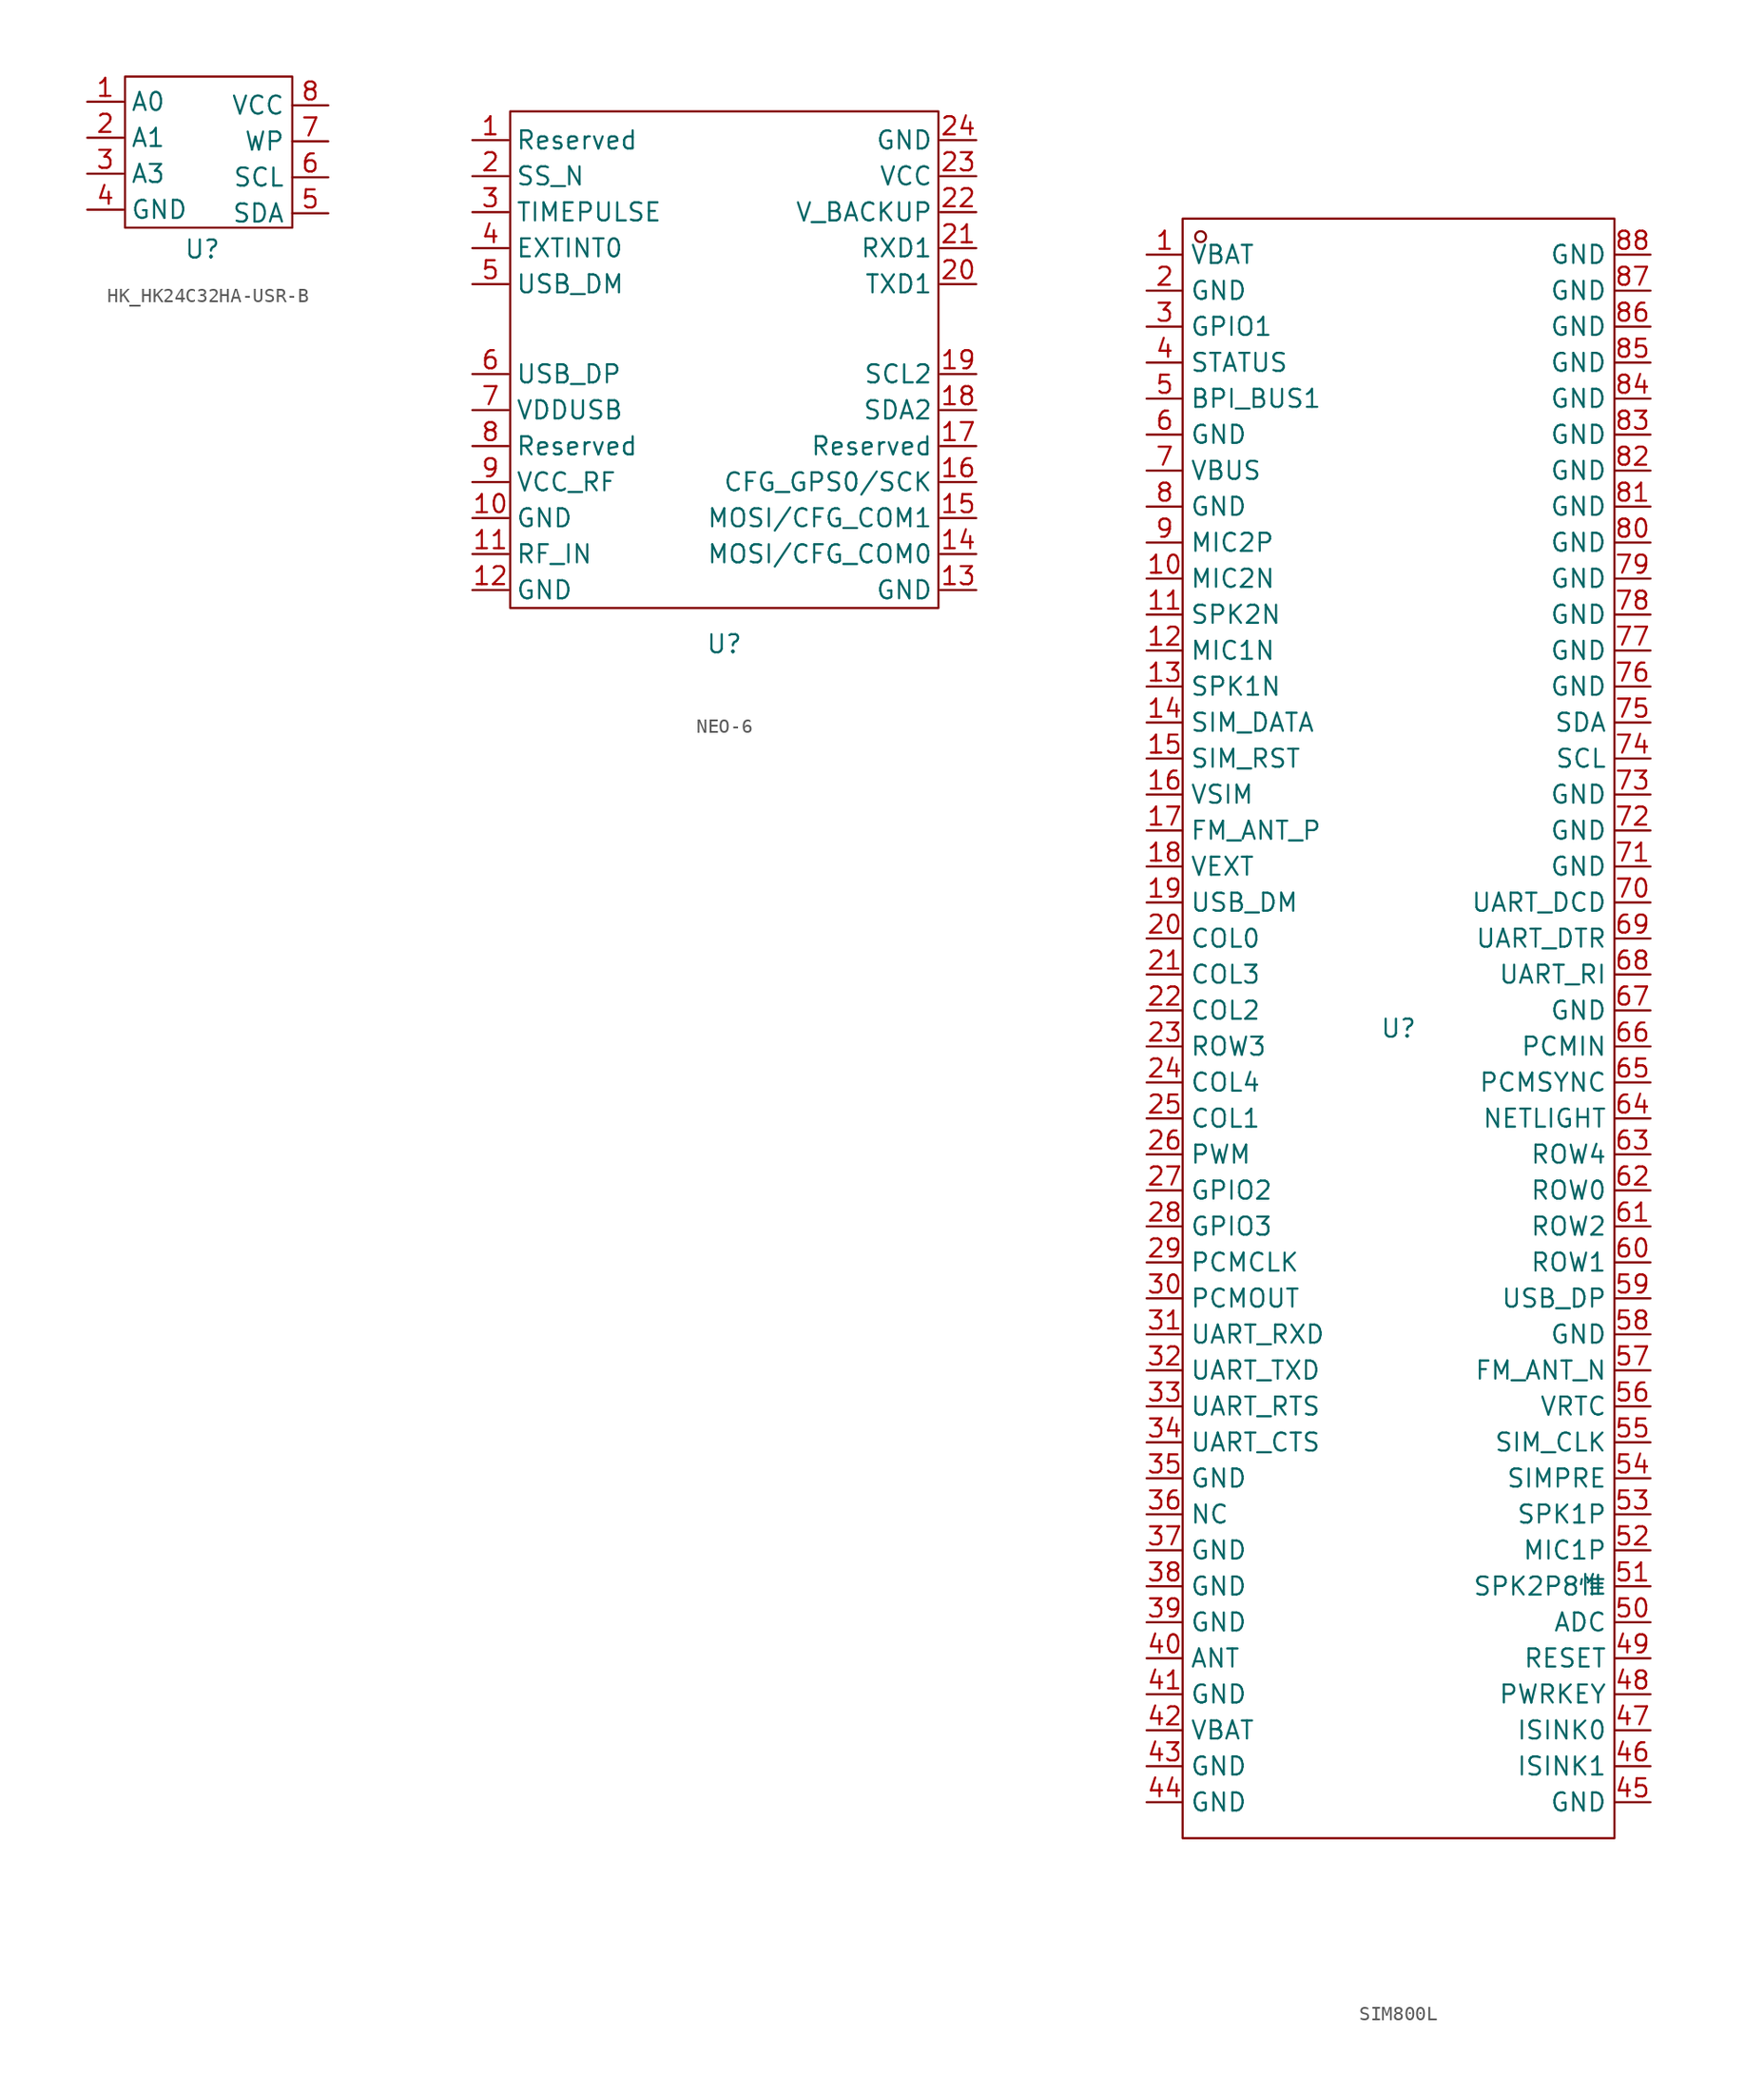
<source format=kicad_sym>
(kicad_symbol_lib
  (version 20241209)
  (generator "kicad_symbol_editor")
  (generator_version "9.0")
  (symbol "HK_HK24C32HA-USR-B"
    (property "Reference" "U"
      (at 0 0 0)
      (effects (font (size 1.27 1.27))))
    (property "Value" ""
      (at 0 0 0)
      (effects (font (size 1.27 1.27))))
    (symbol "HK_HK24C32HA-USR-B_0_1"
      (rectangle (start -5.461 12.192) (end 6.35 1.524) (stroke (width 0) (type default)) (fill (type none))))
    (symbol "HK_HK24C32HA-USR-B_1_0"
      (pin input line (at -8.128 7.874 0) (length 2.54) (name "A1" (effects (font (size 1.27 1.27)))) (number "2" (effects (font (size 1.27 1.27)))))
      (pin input line (at 8.89 5.08 180) (length 2.54) (name "SCL" (effects (font (size 1.27 1.27)))) (number "6" (effects (font (size 1.27 1.27))))))
    (symbol "HK_HK24C32HA-USR-B_1_1"
      (pin input line (at -8.128 10.414 0) (length 2.54) (name "A0" (effects (font (size 1.27 1.27)))) (number "1" (effects (font (size 1.27 1.27)))))
      (pin input line (at -8.128 5.334 0) (length 2.54) (name "A3" (effects (font (size 1.27 1.27)))) (number "3" (effects (font (size 1.27 1.27)))))
      (pin input line (at -8.128 2.794 0) (length 2.54) (name "GND" (effects (font (size 1.27 1.27)))) (number "4" (effects (font (size 1.27 1.27)))))
      (pin input line (at 8.89 10.16 180) (length 2.54) (name "VCC" (effects (font (size 1.27 1.27)))) (number "8" (effects (font (size 1.27 1.27)))))
      (pin input line (at 8.89 7.62 180) (length 2.54) (name "WP" (effects (font (size 1.27 1.27)))) (number "7" (effects (font (size 1.27 1.27)))))
      (pin input line (at 8.89 2.54 180) (length 2.54) (name "SDA" (effects (font (size 1.27 1.27)))) (number "5" (effects (font (size 1.27 1.27)))))))
  (symbol "NEO-6"
    (property "Reference" "U"
      (at 0 0 0)
      (effects (font (size 1.27 1.27))))
    (property "Value" ""
      (at 0 0 0)
      (effects (font (size 1.27 1.27))))
    (symbol "NEO-6_0_1"
      (rectangle (start -15.113 37.592) (end 15.113 2.54) (stroke (width 0) (type default)) (fill (type none))))
    (symbol "NEO-6_1_1"
      (pin input line (at -17.78 35.56 0) (length 2.54) (name "Reserved" (effects (font (size 1.27 1.27)))) (number "1" (effects (font (size 1.27 1.27)))))
      (pin input line (at -17.78 33.02 0) (length 2.54) (name "SS_N" (effects (font (size 1.27 1.27)))) (number "2" (effects (font (size 1.27 1.27)))))
      (pin input line (at -17.78 30.48 0) (length 2.54) (name "TIMEPULSE" (effects (font (size 1.27 1.27)))) (number "3" (effects (font (size 1.27 1.27)))))
      (pin input line (at -17.78 27.94 0) (length 2.54) (name "EXTINT0" (effects (font (size 1.27 1.27)))) (number "4" (effects (font (size 1.27 1.27)))))
      (pin input line (at -17.78 25.4 0) (length 2.54) (name "USB_DM" (effects (font (size 1.27 1.27)))) (number "5" (effects (font (size 1.27 1.27)))))
      (pin input line (at -17.78 19.05 0) (length 2.54) (name "USB_DP" (effects (font (size 1.27 1.27)))) (number "6" (effects (font (size 1.27 1.27)))))
      (pin input line (at -17.78 16.51 0) (length 2.54) (name "VDDUSB" (effects (font (size 1.27 1.27)))) (number "7" (effects (font (size 1.27 1.27)))))
      (pin input line (at -17.78 13.97 0) (length 2.54) (name "Reserved" (effects (font (size 1.27 1.27)))) (number "8" (effects (font (size 1.27 1.27)))))
      (pin input line (at -17.78 11.43 0) (length 2.54) (name "VCC_RF" (effects (font (size 1.27 1.27)))) (number "9" (effects (font (size 1.27 1.27)))))
      (pin input line (at -17.78 8.89 0) (length 2.54) (name "GND" (effects (font (size 1.27 1.27)))) (number "10" (effects (font (size 1.27 1.27)))))
      (pin input line (at -17.78 6.35 0) (length 2.54) (name "RF_IN" (effects (font (size 1.27 1.27)))) (number "11" (effects (font (size 1.27 1.27)))))
      (pin input line (at -17.78 3.81 0) (length 2.54) (name "GND" (effects (font (size 1.27 1.27)))) (number "12" (effects (font (size 1.27 1.27)))))
      (pin input line (at 17.78 35.56 180) (length 2.54) (name "GND" (effects (font (size 1.27 1.27)))) (number "24" (effects (font (size 1.27 1.27)))))
      (pin input line (at 17.78 33.02 180) (length 2.54) (name "VCC" (effects (font (size 1.27 1.27)))) (number "23" (effects (font (size 1.27 1.27)))))
      (pin input line (at 17.78 30.48 180) (length 2.54) (name "V_BACKUP" (effects (font (size 1.27 1.27)))) (number "22" (effects (font (size 1.27 1.27)))))
      (pin input line (at 17.78 27.94 180) (length 2.54) (name "RXD1" (effects (font (size 1.27 1.27)))) (number "21" (effects (font (size 1.27 1.27)))))
      (pin input line (at 17.78 25.4 180) (length 2.54) (name "TXD1" (effects (font (size 1.27 1.27)))) (number "20" (effects (font (size 1.27 1.27)))))
      (pin input line (at 17.78 19.05 180) (length 2.54) (name "SCL2" (effects (font (size 1.27 1.27)))) (number "19" (effects (font (size 1.27 1.27)))))
      (pin input line (at 17.78 16.51 180) (length 2.54) (name "SDA2" (effects (font (size 1.27 1.27)))) (number "18" (effects (font (size 1.27 1.27)))))
      (pin input line (at 17.78 13.97 180) (length 2.54) (name "Reserved" (effects (font (size 1.27 1.27)))) (number "17" (effects (font (size 1.27 1.27)))))
      (pin input line (at 17.78 11.43 180) (length 2.54) (name "CFG_GPS0/SCK" (effects (font (size 1.27 1.27)))) (number "16" (effects (font (size 1.27 1.27)))))
      (pin input line (at 17.78 8.89 180) (length 2.54) (name "MOSI/CFG_COM1" (effects (font (size 1.27 1.27)))) (number "15" (effects (font (size 1.27 1.27)))))
      (pin input line (at 17.78 6.35 180) (length 2.54) (name "MOSI/CFG_COM0" (effects (font (size 1.27 1.27)))) (number "14" (effects (font (size 1.27 1.27)))))
      (pin input line (at 17.78 3.81 180) (length 2.54) (name "GND" (effects (font (size 1.27 1.27)))) (number "13" (effects (font (size 1.27 1.27)))))))
  (symbol "SIM800L"
    (property "Reference" "U"
      (at 0 0 0)
      (effects (font (size 1.27 1.27))))
    (property "Value" ""
      (at 0 0 0)
      (effects (font (size 1.27 1.27))))
    (symbol "SIM800L_1_0"
      (rectangle (start -15.24 -57.15) (end 15.24 57.15) (stroke (width 0) (type default)) (fill (type none)))
      (circle (center -13.97 55.88) (radius 0.381) (stroke (width 0) (type default)) (fill (type none)))
      (pin input line (at -17.78 54.61 0) (length 2.54) (name "VBAT" (effects (font (size 1.27 1.27)))) (number "1" (effects (font (size 1.27 1.27)))))
      (pin input line (at -17.78 52.07 0) (length 2.54) (name "GND" (effects (font (size 1.27 1.27)))) (number "2" (effects (font (size 1.27 1.27)))))
      (pin input line (at -17.78 49.53 0) (length 2.54) (name "GPIO1" (effects (font (size 1.27 1.27)))) (number "3" (effects (font (size 1.27 1.27)))))
      (pin input line (at -17.78 46.99 0) (length 2.54) (name "STATUS" (effects (font (size 1.27 1.27)))) (number "4" (effects (font (size 1.27 1.27)))))
      (pin input line (at -17.78 44.45 0) (length 2.54) (name "BPI_BUS1" (effects (font (size 1.27 1.27)))) (number "5" (effects (font (size 1.27 1.27)))))
      (pin input line (at -17.78 41.91 0) (length 2.54) (name "GND" (effects (font (size 1.27 1.27)))) (number "6" (effects (font (size 1.27 1.27)))))
      (pin input line (at -17.78 39.37 0) (length 2.54) (name "VBUS" (effects (font (size 1.27 1.27)))) (number "7" (effects (font (size 1.27 1.27)))))
      (pin input line (at -17.78 36.83 0) (length 2.54) (name "GND" (effects (font (size 1.27 1.27)))) (number "8" (effects (font (size 1.27 1.27)))))
      (pin input line (at -17.78 34.29 0) (length 2.54) (name "MIC2P" (effects (font (size 1.27 1.27)))) (number "9" (effects (font (size 1.27 1.27)))))
      (pin input line (at -17.78 31.75 0) (length 2.54) (name "MIC2N" (effects (font (size 1.27 1.27)))) (number "10" (effects (font (size 1.27 1.27)))))
      (pin input line (at -17.78 29.21 0) (length 2.54) (name "SPK2N" (effects (font (size 1.27 1.27)))) (number "11" (effects (font (size 1.27 1.27)))))
      (pin input line (at -17.78 26.67 0) (length 2.54) (name "MIC1N" (effects (font (size 1.27 1.27)))) (number "12" (effects (font (size 1.27 1.27)))))
      (pin input line (at -17.78 24.13 0) (length 2.54) (name "SPK1N" (effects (font (size 1.27 1.27)))) (number "13" (effects (font (size 1.27 1.27)))))
      (pin input line (at -17.78 21.59 0) (length 2.54) (name "SIM_DATA" (effects (font (size 1.27 1.27)))) (number "14" (effects (font (size 1.27 1.27)))))
      (pin input line (at -17.78 19.05 0) (length 2.54) (name "SIM_RST" (effects (font (size 1.27 1.27)))) (number "15" (effects (font (size 1.27 1.27)))))
      (pin input line (at -17.78 16.51 0) (length 2.54) (name "VSIM" (effects (font (size 1.27 1.27)))) (number "16" (effects (font (size 1.27 1.27)))))
      (pin input line (at -17.78 13.97 0) (length 2.54) (name "FM_ANT_P" (effects (font (size 1.27 1.27)))) (number "17" (effects (font (size 1.27 1.27)))))
      (pin input line (at -17.78 11.43 0) (length 2.54) (name "VEXT" (effects (font (size 1.27 1.27)))) (number "18" (effects (font (size 1.27 1.27)))))
      (pin input line (at -17.78 8.89 0) (length 2.54) (name "USB_DM" (effects (font (size 1.27 1.27)))) (number "19" (effects (font (size 1.27 1.27)))))
      (pin input line (at -17.78 6.35 0) (length 2.54) (name "COL0" (effects (font (size 1.27 1.27)))) (number "20" (effects (font (size 1.27 1.27)))))
      (pin input line (at -17.78 3.81 0) (length 2.54) (name "COL3" (effects (font (size 1.27 1.27)))) (number "21" (effects (font (size 1.27 1.27)))))
      (pin input line (at -17.78 1.27 0) (length 2.54) (name "COL2" (effects (font (size 1.27 1.27)))) (number "22" (effects (font (size 1.27 1.27)))))
      (pin input line (at -17.78 -1.27 0) (length 2.54) (name "ROW3" (effects (font (size 1.27 1.27)))) (number "23" (effects (font (size 1.27 1.27)))))
      (pin input line (at -17.78 -3.81 0) (length 2.54) (name "COL4" (effects (font (size 1.27 1.27)))) (number "24" (effects (font (size 1.27 1.27)))))
      (pin input line (at -17.78 -6.35 0) (length 2.54) (name "COL1" (effects (font (size 1.27 1.27)))) (number "25" (effects (font (size 1.27 1.27)))))
      (pin input line (at -17.78 -8.89 0) (length 2.54) (name "PWM" (effects (font (size 1.27 1.27)))) (number "26" (effects (font (size 1.27 1.27)))))
      (pin input line (at -17.78 -11.43 0) (length 2.54) (name "GPIO2" (effects (font (size 1.27 1.27)))) (number "27" (effects (font (size 1.27 1.27)))))
      (pin input line (at -17.78 -13.97 0) (length 2.54) (name "GPIO3" (effects (font (size 1.27 1.27)))) (number "28" (effects (font (size 1.27 1.27)))))
      (pin input line (at -17.78 -16.51 0) (length 2.54) (name "PCMCLK" (effects (font (size 1.27 1.27)))) (number "29" (effects (font (size 1.27 1.27)))))
      (pin input line (at -17.78 -19.05 0) (length 2.54) (name "PCMOUT" (effects (font (size 1.27 1.27)))) (number "30" (effects (font (size 1.27 1.27)))))
      (pin input line (at -17.78 -21.59 0) (length 2.54) (name "UART_RXD" (effects (font (size 1.27 1.27)))) (number "31" (effects (font (size 1.27 1.27)))))
      (pin input line (at -17.78 -24.13 0) (length 2.54) (name "UART_TXD" (effects (font (size 1.27 1.27)))) (number "32" (effects (font (size 1.27 1.27)))))
      (pin input line (at -17.78 -26.67 0) (length 2.54) (name "UART_RTS" (effects (font (size 1.27 1.27)))) (number "33" (effects (font (size 1.27 1.27)))))
      (pin input line (at -17.78 -29.21 0) (length 2.54) (name "UART_CTS" (effects (font (size 1.27 1.27)))) (number "34" (effects (font (size 1.27 1.27)))))
      (pin input line (at -17.78 -31.75 0) (length 2.54) (name "GND" (effects (font (size 1.27 1.27)))) (number "35" (effects (font (size 1.27 1.27)))))
      (pin input line (at -17.78 -34.29 0) (length 2.54) (name "NC" (effects (font (size 1.27 1.27)))) (number "36" (effects (font (size 1.27 1.27)))))
      (pin input line (at -17.78 -36.83 0) (length 2.54) (name "GND" (effects (font (size 1.27 1.27)))) (number "37" (effects (font (size 1.27 1.27)))))
      (pin input line (at -17.78 -39.37 0) (length 2.54) (name "GND" (effects (font (size 1.27 1.27)))) (number "38" (effects (font (size 1.27 1.27)))))
      (pin input line (at -17.78 -41.91 0) (length 2.54) (name "GND" (effects (font (size 1.27 1.27)))) (number "39" (effects (font (size 1.27 1.27)))))
      (pin input line (at -17.78 -44.45 0) (length 2.54) (name "ANT" (effects (font (size 1.27 1.27)))) (number "40" (effects (font (size 1.27 1.27)))))
      (pin input line (at -17.78 -46.99 0) (length 2.54) (name "GND" (effects (font (size 1.27 1.27)))) (number "41" (effects (font (size 1.27 1.27)))))
      (pin input line (at -17.78 -49.53 0) (length 2.54) (name "VBAT" (effects (font (size 1.27 1.27)))) (number "42" (effects (font (size 1.27 1.27)))))
      (pin input line (at -17.78 -52.07 0) (length 2.54) (name "GND" (effects (font (size 1.27 1.27)))) (number "43" (effects (font (size 1.27 1.27)))))
      (pin input line (at -17.78 -54.61 0) (length 2.54) (name "GND" (effects (font (size 1.27 1.27)))) (number "44" (effects (font (size 1.27 1.27)))))
      (pin input line (at 17.78 54.61 180) (length 2.54) (name "GND" (effects (font (size 1.27 1.27)))) (number "88" (effects (font (size 1.27 1.27)))))
      (pin input line (at 17.78 52.07 180) (length 2.54) (name "GND" (effects (font (size 1.27 1.27)))) (number "87" (effects (font (size 1.27 1.27)))))
      (pin input line (at 17.78 49.53 180) (length 2.54) (name "GND" (effects (font (size 1.27 1.27)))) (number "86" (effects (font (size 1.27 1.27)))))
      (pin input line (at 17.78 46.99 180) (length 2.54) (name "GND" (effects (font (size 1.27 1.27)))) (number "85" (effects (font (size 1.27 1.27)))))
      (pin input line (at 17.78 44.45 180) (length 2.54) (name "GND" (effects (font (size 1.27 1.27)))) (number "84" (effects (font (size 1.27 1.27)))))
      (pin input line (at 17.78 41.91 180) (length 2.54) (name "GND" (effects (font (size 1.27 1.27)))) (number "83" (effects (font (size 1.27 1.27)))))
      (pin input line (at 17.78 39.37 180) (length 2.54) (name "GND" (effects (font (size 1.27 1.27)))) (number "82" (effects (font (size 1.27 1.27)))))
      (pin input line (at 17.78 36.83 180) (length 2.54) (name "GND" (effects (font (size 1.27 1.27)))) (number "81" (effects (font (size 1.27 1.27)))))
      (pin input line (at 17.78 34.29 180) (length 2.54) (name "GND" (effects (font (size 1.27 1.27)))) (number "80" (effects (font (size 1.27 1.27)))))
      (pin input line (at 17.78 31.75 180) (length 2.54) (name "GND" (effects (font (size 1.27 1.27)))) (number "79" (effects (font (size 1.27 1.27)))))
      (pin input line (at 17.78 29.21 180) (length 2.54) (name "GND" (effects (font (size 1.27 1.27)))) (number "78" (effects (font (size 1.27 1.27)))))
      (pin input line (at 17.78 26.67 180) (length 2.54) (name "GND" (effects (font (size 1.27 1.27)))) (number "77" (effects (font (size 1.27 1.27)))))
      (pin input line (at 17.78 24.13 180) (length 2.54) (name "GND" (effects (font (size 1.27 1.27)))) (number "76" (effects (font (size 1.27 1.27)))))
      (pin input line (at 17.78 21.59 180) (length 2.54) (name "SDA" (effects (font (size 1.27 1.27)))) (number "75" (effects (font (size 1.27 1.27)))))
      (pin input line (at 17.78 19.05 180) (length 2.54) (name "SCL" (effects (font (size 1.27 1.27)))) (number "74" (effects (font (size 1.27 1.27)))))
      (pin input line (at 17.78 16.51 180) (length 2.54) (name "GND" (effects (font (size 1.27 1.27)))) (number "73" (effects (font (size 1.27 1.27)))))
      (pin input line (at 17.78 13.97 180) (length 2.54) (name "GND" (effects (font (size 1.27 1.27)))) (number "72" (effects (font (size 1.27 1.27)))))
      (pin input line (at 17.78 11.43 180) (length 2.54) (name "GND" (effects (font (size 1.27 1.27)))) (number "71" (effects (font (size 1.27 1.27)))))
      (pin input line (at 17.78 8.89 180) (length 2.54) (name "UART_DCD" (effects (font (size 1.27 1.27)))) (number "70" (effects (font (size 1.27 1.27)))))
      (pin input line (at 17.78 6.35 180) (length 2.54) (name "UART_DTR" (effects (font (size 1.27 1.27)))) (number "69" (effects (font (size 1.27 1.27)))))
      (pin input line (at 17.78 3.81 180) (length 2.54) (name "UART_RI" (effects (font (size 1.27 1.27)))) (number "68" (effects (font (size 1.27 1.27)))))
      (pin input line (at 17.78 1.27 180) (length 2.54) (name "GND" (effects (font (size 1.27 1.27)))) (number "67" (effects (font (size 1.27 1.27)))))
      (pin input line (at 17.78 -1.27 180) (length 2.54) (name "PCMIN" (effects (font (size 1.27 1.27)))) (number "66" (effects (font (size 1.27 1.27)))))
      (pin input line (at 17.78 -3.81 180) (length 2.54) (name "PCMSYNC" (effects (font (size 1.27 1.27)))) (number "65" (effects (font (size 1.27 1.27)))))
      (pin input line (at 17.78 -6.35 180) (length 2.54) (name "NETLIGHT" (effects (font (size 1.27 1.27)))) (number "64" (effects (font (size 1.27 1.27)))))
      (pin input line (at 17.78 -8.89 180) (length 2.54) (name "ROW4" (effects (font (size 1.27 1.27)))) (number "63" (effects (font (size 1.27 1.27)))))
      (pin input line (at 17.78 -11.43 180) (length 2.54) (name "ROW0" (effects (font (size 1.27 1.27)))) (number "62" (effects (font (size 1.27 1.27)))))
      (pin input line (at 17.78 -13.97 180) (length 2.54) (name "ROW2" (effects (font (size 1.27 1.27)))) (number "61" (effects (font (size 1.27 1.27)))))
      (pin input line (at 17.78 -16.51 180) (length 2.54) (name "ROW1" (effects (font (size 1.27 1.27)))) (number "60" (effects (font (size 1.27 1.27)))))
      (pin input line (at 17.78 -19.05 180) (length 2.54) (name "USB_DP" (effects (font (size 1.27 1.27)))) (number "59" (effects (font (size 1.27 1.27)))))
      (pin input line (at 17.78 -21.59 180) (length 2.54) (name "GND" (effects (font (size 1.27 1.27)))) (number "58" (effects (font (size 1.27 1.27)))))
      (pin input line (at 17.78 -24.13 180) (length 2.54) (name "FM_ANT_N" (effects (font (size 1.27 1.27)))) (number "57" (effects (font (size 1.27 1.27)))))
      (pin input line (at 17.78 -26.67 180) (length 2.54) (name "VRTC" (effects (font (size 1.27 1.27)))) (number "56" (effects (font (size 1.27 1.27)))))
      (pin input line (at 17.78 -29.21 180) (length 2.54) (name "SIM_CLK" (effects (font (size 1.27 1.27)))) (number "55" (effects (font (size 1.27 1.27)))))
      (pin input line (at 17.78 -31.75 180) (length 2.54) (name "SIMPRE" (effects (font (size 1.27 1.27)))) (number "54" (effects (font (size 1.27 1.27)))))
      (pin input line (at 17.78 -34.29 180) (length 2.54) (name "SPK1P" (effects (font (size 1.27 1.27)))) (number "53" (effects (font (size 1.27 1.27)))))
      (pin input line (at 17.78 -36.83 180) (length 2.54) (name "MIC1P" (effects (font (size 1.27 1.27)))) (number "52" (effects (font (size 1.27 1.27)))))
      (pin input line (at 17.78 -39.37 180) (length 2.54) (name "SPK2P8惟" (effects (font (size 1.27 1.27)))) (number "51" (effects (font (size 1.27 1.27)))))
      (pin input line (at 17.78 -41.91 180) (length 2.54) (name "ADC" (effects (font (size 1.27 1.27)))) (number "50" (effects (font (size 1.27 1.27)))))
      (pin input line (at 17.78 -44.45 180) (length 2.54) (name "RESET" (effects (font (size 1.27 1.27)))) (number "49" (effects (font (size 1.27 1.27)))))
      (pin input line (at 17.78 -46.99 180) (length 2.54) (name "PWRKEY" (effects (font (size 1.27 1.27)))) (number "48" (effects (font (size 1.27 1.27)))))
      (pin input line (at 17.78 -49.53 180) (length 2.54) (name "ISINK0" (effects (font (size 1.27 1.27)))) (number "47" (effects (font (size 1.27 1.27)))))
      (pin input line (at 17.78 -52.07 180) (length 2.54) (name "ISINK1" (effects (font (size 1.27 1.27)))) (number "46" (effects (font (size 1.27 1.27)))))
      (pin input line (at 17.78 -54.61 180) (length 2.54) (name "GND" (effects (font (size 1.27 1.27)))) (number "45" (effects (font (size 1.27 1.27))))))))
</source>
